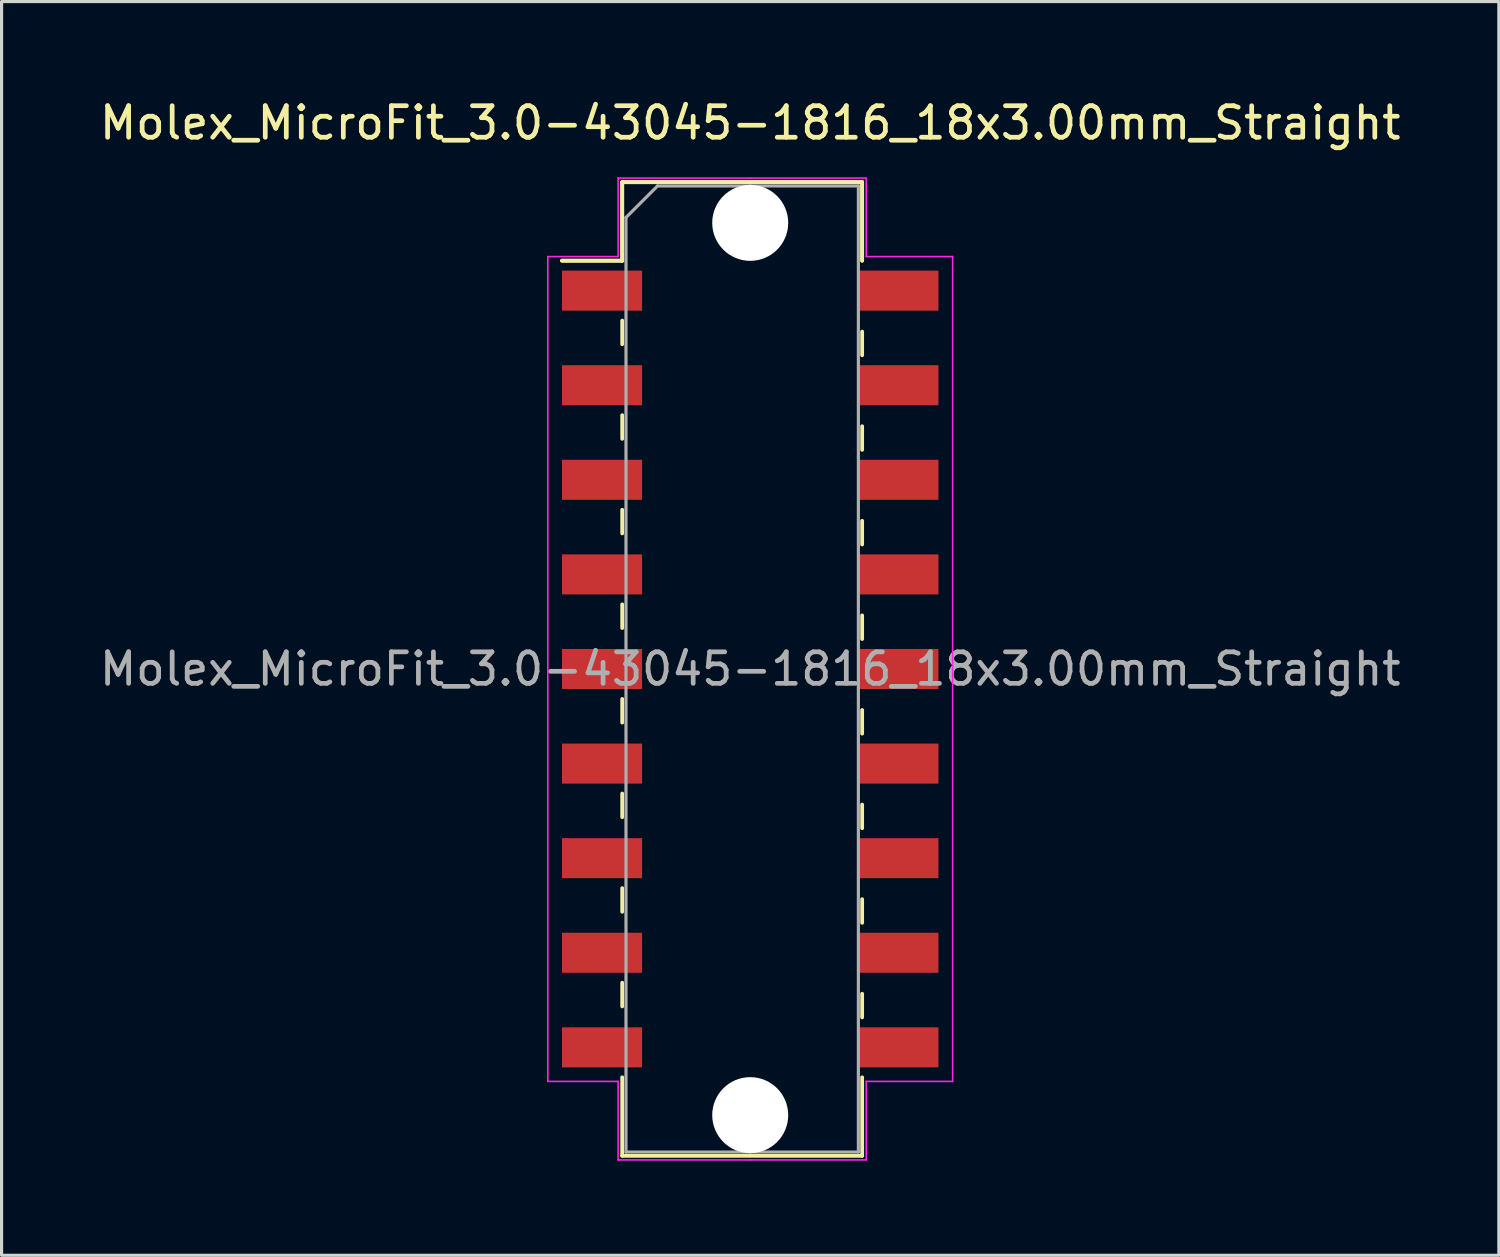
<source format=kicad_pcb>
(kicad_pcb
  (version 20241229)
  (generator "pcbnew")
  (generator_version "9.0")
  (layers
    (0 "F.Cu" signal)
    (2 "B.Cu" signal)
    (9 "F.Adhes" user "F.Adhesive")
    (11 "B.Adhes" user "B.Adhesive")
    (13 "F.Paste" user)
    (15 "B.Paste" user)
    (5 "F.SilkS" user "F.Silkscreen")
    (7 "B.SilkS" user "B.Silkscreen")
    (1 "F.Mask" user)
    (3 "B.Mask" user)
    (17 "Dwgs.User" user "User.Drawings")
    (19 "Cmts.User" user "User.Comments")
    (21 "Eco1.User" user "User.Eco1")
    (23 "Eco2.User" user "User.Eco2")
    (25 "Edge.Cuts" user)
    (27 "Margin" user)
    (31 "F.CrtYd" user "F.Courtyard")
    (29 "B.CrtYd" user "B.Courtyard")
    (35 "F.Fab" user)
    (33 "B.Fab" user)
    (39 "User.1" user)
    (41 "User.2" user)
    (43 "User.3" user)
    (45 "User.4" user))
  (footprint "Molex_MicroFit_3.0-43045-1816_18x3.00mm_Straight"
    (layer "F.Cu")
    (at 20.744 18.168)
    (property "Reference" "Molex_MicroFit_3.0-43045-1816_18x3.00mm_Straight" (at 0 -17.32 0) (layer "F.SilkS") (effects (font (size 1 1) (thickness 0.15))))
    (attr smd)
    (fp_line (start -5.97 -12.95) (end -4.06 -12.95) (stroke (width 0.12) (type solid)) (layer "F.SilkS"))
    (fp_line (start -5.97 -12.95) (end -4.06 -12.95) (stroke (width 0.12) (type solid)) (layer "F.SilkS"))
    (fp_line (start -4.06 -15.44) (end 3.55 -15.44) (stroke (width 0.12) (type solid)) (layer "F.SilkS"))
    (fp_line (start -4.06 -15.44) (end 3.55 -15.44) (stroke (width 0.12) (type solid)) (layer "F.SilkS"))
    (fp_line (start -4.06 -12.95) (end -4.06 -15.44) (stroke (width 0.12) (type solid)) (layer "F.SilkS"))
    (fp_line (start -4.06 -12.95) (end -4.06 -15.44) (stroke (width 0.12) (type solid)) (layer "F.SilkS"))
    (fp_line (start -4.06 -11.05) (end -4.06 -10.3) (stroke (width 0.12) (type solid)) (layer "F.SilkS"))
    (fp_line (start -4.06 -8.05) (end -4.06 -7.3) (stroke (width 0.12) (type solid)) (layer "F.SilkS"))
    (fp_line (start -4.06 -5.05) (end -4.06 -4.3) (stroke (width 0.12) (type solid)) (layer "F.SilkS"))
    (fp_line (start -4.06 -2.05) (end -4.06 -1.3) (stroke (width 0.12) (type solid)) (layer "F.SilkS"))
    (fp_line (start -4.06 0.95) (end -4.06 1.7) (stroke (width 0.12) (type solid)) (layer "F.SilkS"))
    (fp_line (start -4.06 3.95) (end -4.06 4.7) (stroke (width 0.12) (type solid)) (layer "F.SilkS"))
    (fp_line (start -4.06 6.95) (end -4.06 7.7) (stroke (width 0.12) (type solid)) (layer "F.SilkS"))
    (fp_line (start -4.06 9.95) (end -4.06 10.7) (stroke (width 0.12) (type solid)) (layer "F.SilkS"))
    (fp_line (start -4.06 15.44) (end -4.06 12.95) (stroke (width 0.12) (type solid)) (layer "F.SilkS"))
    (fp_line (start 3.55 -15.44) (end 3.55 -12.95) (stroke (width 0.12) (type solid)) (layer "F.SilkS"))
    (fp_line (start 3.55 -15.44) (end 3.55 -12.95) (stroke (width 0.12) (type solid)) (layer "F.SilkS"))
    (fp_line (start 3.55 -9.95) (end 3.55 -10.7) (stroke (width 0.12) (type solid)) (layer "F.SilkS"))
    (fp_line (start 3.55 -6.95) (end 3.55 -7.7) (stroke (width 0.12) (type solid)) (layer "F.SilkS"))
    (fp_line (start 3.55 -3.95) (end 3.55 -4.7) (stroke (width 0.12) (type solid)) (layer "F.SilkS"))
    (fp_line (start 3.55 -0.95) (end 3.55 -1.7) (stroke (width 0.12) (type solid)) (layer "F.SilkS"))
    (fp_line (start 3.55 2.05) (end 3.55 1.3) (stroke (width 0.12) (type solid)) (layer "F.SilkS"))
    (fp_line (start 3.55 5.05) (end 3.55 4.3) (stroke (width 0.12) (type solid)) (layer "F.SilkS"))
    (fp_line (start 3.55 8.05) (end 3.55 7.3) (stroke (width 0.12) (type solid)) (layer "F.SilkS"))
    (fp_line (start 3.55 11.05) (end 3.55 10.3) (stroke (width 0.12) (type solid)) (layer "F.SilkS"))
    (fp_line (start 3.55 12.95) (end 3.55 15.44) (stroke (width 0.12) (type solid)) (layer "F.SilkS"))
    (fp_line (start 3.55 15.44) (end -4.06 15.44) (stroke (width 0.12) (type solid)) (layer "F.SilkS"))
    (fp_line (start -6.42 -13.08) (end -4.19 -13.08) (stroke (width 0.05) (type solid)) (layer "F.CrtYd"))
    (fp_line (start -6.42 13.08) (end -6.42 -13.08) (stroke (width 0.05) (type solid)) (layer "F.CrtYd"))
    (fp_line (start -4.19 -15.57) (end 0 -15.57) (stroke (width 0.05) (type solid)) (layer "F.CrtYd"))
    (fp_line (start -4.19 -13.08) (end -4.19 -15.57) (stroke (width 0.05) (type solid)) (layer "F.CrtYd"))
    (fp_line (start -4.19 13.08) (end -6.42 13.08) (stroke (width 0.05) (type solid)) (layer "F.CrtYd"))
    (fp_line (start -4.19 15.57) (end -4.19 13.08) (stroke (width 0.05) (type solid)) (layer "F.CrtYd"))
    (fp_line (start 0 -15.57) (end 3.68 -15.57) (stroke (width 0.05) (type solid)) (layer "F.CrtYd"))
    (fp_line (start 0 15.57) (end -4.19 15.57) (stroke (width 0.05) (type solid)) (layer "F.CrtYd"))
    (fp_line (start 3.68 -15.57) (end 3.68 -13.08) (stroke (width 0.05) (type solid)) (layer "F.CrtYd"))
    (fp_line (start 3.68 -13.08) (end 6.42 -13.08) (stroke (width 0.05) (type solid)) (layer "F.CrtYd"))
    (fp_line (start 3.68 13.08) (end 3.68 15.57) (stroke (width 0.05) (type solid)) (layer "F.CrtYd"))
    (fp_line (start 3.68 15.57) (end 0 15.57) (stroke (width 0.05) (type solid)) (layer "F.CrtYd"))
    (fp_line (start 6.42 -13.08) (end 6.42 13.08) (stroke (width 0.05) (type solid)) (layer "F.CrtYd"))
    (fp_line (start 6.42 13.08) (end 3.68 13.08) (stroke (width 0.05) (type solid)) (layer "F.CrtYd"))
    (fp_line (start -3.94 -14.32) (end -2.94 -15.32) (stroke (width 0.1) (type solid)) (layer "F.Fab"))
    (fp_line (start -3.94 15.32) (end -3.94 -14.32) (stroke (width 0.1) (type solid)) (layer "F.Fab"))
    (fp_line (start -2.94 -15.32) (end 0 -15.32) (stroke (width 0.1) (type solid)) (layer "F.Fab"))
    (fp_line (start 0 -15.32) (end 3.43 -15.32) (stroke (width 0.1) (type solid)) (layer "F.Fab"))
    (fp_line (start 0 15.32) (end -3.94 15.32) (stroke (width 0.1) (type solid)) (layer "F.Fab"))
    (fp_line (start 3.43 -15.32) (end 3.43 15.32) (stroke (width 0.1) (type solid)) (layer "F.Fab"))
    (fp_line (start 3.43 15.32) (end 0 15.32) (stroke (width 0.1) (type solid)) (layer "F.Fab"))
    (fp_text user "${REFERENCE}" (at 0 0 0) (layer "F.Fab") (effects (font (size 1 1) (thickness 0.15))))
    (pad "" np_thru_hole circle (at 0 -14.15) (size 2.41 2.41) (drill 2.41) (layers "*.Cu"))
    (pad "" np_thru_hole circle (at 0 14.15) (size 2.41 2.41) (drill 2.41) (layers "*.Cu"))
    (pad "1" smd rect (at -4.7 -12) (size 2.54 1.27) (layers "F.Cu" "F.Mask" "F.Paste"))
    (pad "2" smd rect (at -4.7 -9) (size 2.54 1.27) (layers "F.Cu" "F.Mask" "F.Paste"))
    (pad "3" smd rect (at -4.7 -6) (size 2.54 1.27) (layers "F.Cu" "F.Mask" "F.Paste"))
    (pad "4" smd rect (at -4.7 -3) (size 2.54 1.27) (layers "F.Cu" "F.Mask" "F.Paste"))
    (pad "5" smd rect (at -4.7 0) (size 2.54 1.27) (layers "F.Cu" "F.Mask" "F.Paste"))
    (pad "6" smd rect (at -4.7 3) (size 2.54 1.27) (layers "F.Cu" "F.Mask" "F.Paste"))
    (pad "7" smd rect (at -4.7 6) (size 2.54 1.27) (layers "F.Cu" "F.Mask" "F.Paste"))
    (pad "8" smd rect (at -4.7 9) (size 2.54 1.27) (layers "F.Cu" "F.Mask" "F.Paste"))
    (pad "9" smd rect (at -4.7 12) (size 2.54 1.27) (layers "F.Cu" "F.Mask" "F.Paste"))
    (pad "10" smd rect (at 4.7 12) (size 2.54 1.27) (layers "F.Cu" "F.Mask" "F.Paste"))
    (pad "11" smd rect (at 4.7 9) (size 2.54 1.27) (layers "F.Cu" "F.Mask" "F.Paste"))
    (pad "12" smd rect (at 4.7 6) (size 2.54 1.27) (layers "F.Cu" "F.Mask" "F.Paste"))
    (pad "13" smd rect (at 4.7 3) (size 2.54 1.27) (layers "F.Cu" "F.Mask" "F.Paste"))
    (pad "14" smd rect (at 4.7 0) (size 2.54 1.27) (layers "F.Cu" "F.Mask" "F.Paste"))
    (pad "15" smd rect (at 4.7 -3) (size 2.54 1.27) (layers "F.Cu" "F.Mask" "F.Paste"))
    (pad "16" smd rect (at 4.7 -6) (size 2.54 1.27) (layers "F.Cu" "F.Mask" "F.Paste"))
    (pad "17" smd rect (at 4.7 -9) (size 2.54 1.27) (layers "F.Cu" "F.Mask" "F.Paste"))
    (pad "18" smd rect (at 4.7 -12) (size 2.54 1.27) (layers "F.Cu" "F.Mask" "F.Paste")))
  (gr_rect
    (start -3 -3)
    (end 44.488 36.763)
    (stroke (width 0.1) (type default))
    (fill no)
    (layer "Edge.Cuts")))
</source>
